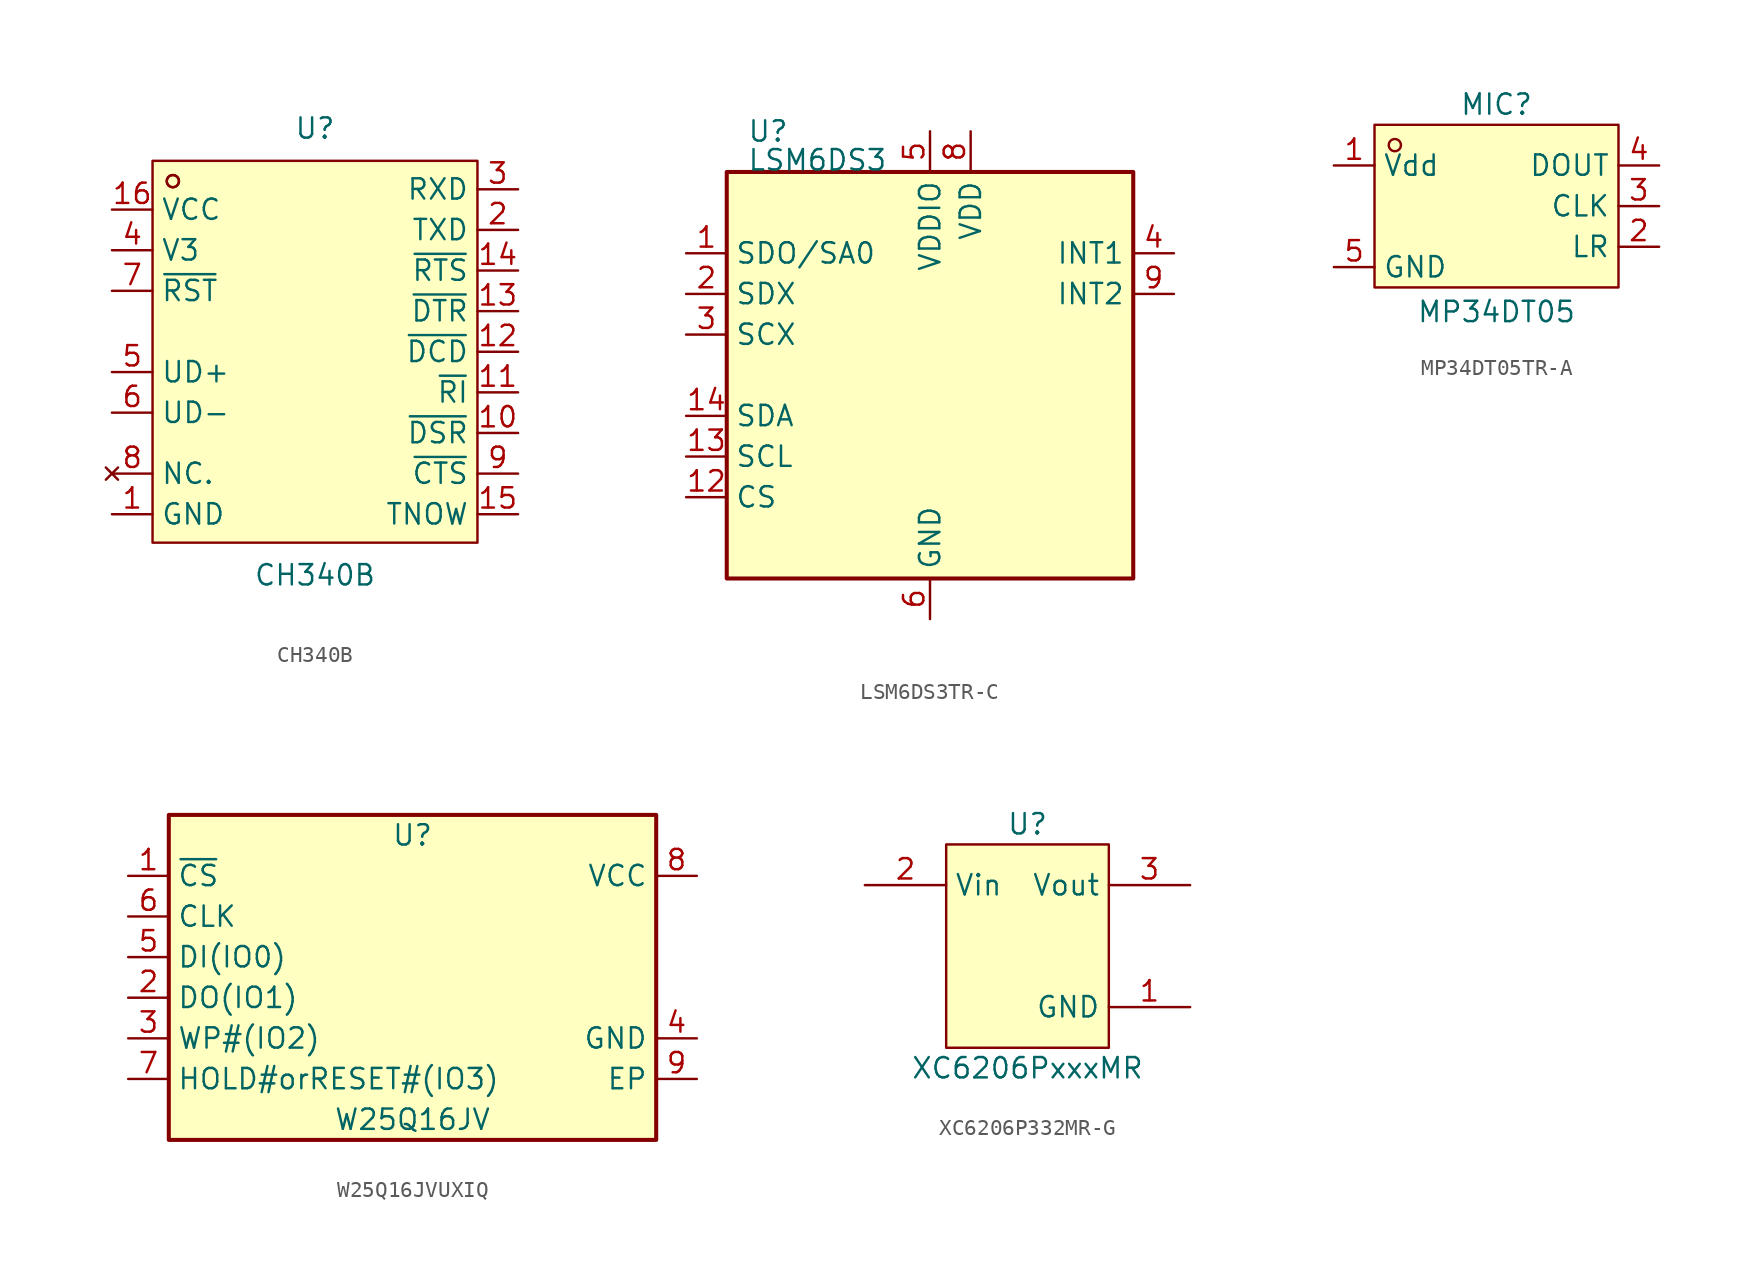
<source format=kicad_sym>
(kicad_symbol_lib
  (version 20211014)
  (generator None)
  (symbol "CH340B"
    (property "Reference" "U"
      (at 0 13.97 0)
      (effects (font (size 1.27 1.27))))
    (property "Value" "CH340B"
      (at 0 -13.97 0)
      (effects (font (size 1.27 1.27))))
    (symbol "CH340B_0_1"
      (rectangle (start -10.16 11.94) (end 10.16 -11.94) (stroke (width 0) (type default)) (fill (type background)))
      (circle (center -8.89 10.67) (radius 0.38) (stroke (width 0) (type default)) (fill (type none)))
      (circle (center -8.89 10.67) (radius 0.38) (stroke (width 0) (type default)) (fill (type none)))
      (pin unspecified line (at 12.7 -5.08 180) (length 2.54) (name "~{DSR}" (effects (font (size 1.27 1.27)))) (number "10" (effects (font (size 1.27 1.27)))))
      (pin unspecified line (at 12.7 -2.54 180) (length 2.54) (name "~{RI}" (effects (font (size 1.27 1.27)))) (number "11" (effects (font (size 1.27 1.27)))))
      (pin unspecified line (at 12.7 0 180) (length 2.54) (name "~{DCD}" (effects (font (size 1.27 1.27)))) (number "12" (effects (font (size 1.27 1.27)))))
      (pin unspecified line (at 12.7 2.54 180) (length 2.54) (name "~{DTR}" (effects (font (size 1.27 1.27)))) (number "13" (effects (font (size 1.27 1.27)))))
      (pin unspecified line (at 12.7 5.08 180) (length 2.54) (name "~{RTS}" (effects (font (size 1.27 1.27)))) (number "14" (effects (font (size 1.27 1.27)))))
      (pin unspecified line (at 12.7 -10.16 180) (length 2.54) (name "TNOW" (effects (font (size 1.27 1.27)))) (number "15" (effects (font (size 1.27 1.27)))))
      (pin unspecified line (at -12.7 8.89 0) (length 2.54) (name "VCC" (effects (font (size 1.27 1.27)))) (number "16" (effects (font (size 1.27 1.27)))))
      (pin unspecified line (at 12.7 7.62 180) (length 2.54) (name "TXD" (effects (font (size 1.27 1.27)))) (number "2" (effects (font (size 1.27 1.27)))))
      (pin unspecified line (at 12.7 10.16 180) (length 2.54) (name "RXD" (effects (font (size 1.27 1.27)))) (number "3" (effects (font (size 1.27 1.27)))))
      (pin unspecified line (at -12.7 6.35 0) (length 2.54) (name "V3" (effects (font (size 1.27 1.27)))) (number "4" (effects (font (size 1.27 1.27)))))
      (pin unspecified line (at -12.7 -1.27 0) (length 2.54) (name "UD+" (effects (font (size 1.27 1.27)))) (number "5" (effects (font (size 1.27 1.27)))))
      (pin unspecified line (at -12.7 -3.81 0) (length 2.54) (name "UD-" (effects (font (size 1.27 1.27)))) (number "6" (effects (font (size 1.27 1.27)))))
      (pin unspecified line (at -12.7 3.81 0) (length 2.54) (name "~{RST}" (effects (font (size 1.27 1.27)))) (number "7" (effects (font (size 1.27 1.27)))))
      (pin unspecified line (at 12.7 -7.62 180) (length 2.54) (name "~{CTS}" (effects (font (size 1.27 1.27)))) (number "9" (effects (font (size 1.27 1.27))))))
    (symbol "CH340B_1_1"
      (pin power_in line (at -12.7 -10.16 0) (length 2.54) (name "GND" (effects (font (size 1.27 1.27)))) (number "1" (effects (font (size 1.27 1.27)))))
      (pin no_connect line (at -12.7 -7.62 0) (length 2.54) (name "NC." (effects (font (size 1.27 1.27)))) (number "8" (effects (font (size 1.27 1.27)))))))
  (symbol "LSM6DS3TR-C"
    (property "Reference" "U"
      (at -11.43 15.24 0)
      (effects (font (size 1.27 1.27)) (justify left)))
    (property "Value" "LSM6DS3"
      (at -11.43 12.7 0)
      (effects (font (size 1.27 1.27)) (justify left bottom)))
    (symbol "LSM6DS3TR-C_0_1"
      (rectangle (start -12.7 12.7) (end 12.7 -12.7) (stroke (width 0.254) (type default)) (fill (type background))))
    (symbol "LSM6DS3TR-C_1_1"
      (pin bidirectional line (at -15.24 7.62 0) (length 2.54) (name "SDO/SA0" (effects (font (size 1.27 1.27)))) (number "1" (effects (font (size 1.27 1.27)))))
      (pin no_connect line (at 12.7 -5.08 180) (length 3.81) hide (name "NC" (effects (font (size 1.27 1.27)))) (number "10" (effects (font (size 1.27 1.27)))))
      (pin no_connect line (at 12.7 -2.54 180) (length 3.81) hide (name "NC" (effects (font (size 1.27 1.27)))) (number "11" (effects (font (size 1.27 1.27)))))
      (pin input line (at -15.24 -7.62 0) (length 2.54) (name "CS" (effects (font (size 1.27 1.27)))) (number "12" (effects (font (size 1.27 1.27)))))
      (pin input line (at -15.24 -5.08 0) (length 2.54) (name "SCL" (effects (font (size 1.27 1.27)))) (number "13" (effects (font (size 1.27 1.27)))))
      (pin bidirectional line (at -15.24 -2.54 0) (length 2.54) (name "SDA" (effects (font (size 1.27 1.27)))) (number "14" (effects (font (size 1.27 1.27)))))
      (pin bidirectional line (at -15.24 5.08 0) (length 2.54) (name "SDX" (effects (font (size 1.27 1.27)))) (number "2" (effects (font (size 1.27 1.27)))))
      (pin input line (at -15.24 2.54 0) (length 2.54) (name "SCX" (effects (font (size 1.27 1.27)))) (number "3" (effects (font (size 1.27 1.27)))))
      (pin output line (at 15.24 7.62 180) (length 2.54) (name "INT1" (effects (font (size 1.27 1.27)))) (number "4" (effects (font (size 1.27 1.27)))))
      (pin power_in line (at 0 15.24 270) (length 2.54) (name "VDDIO" (effects (font (size 1.27 1.27)))) (number "5" (effects (font (size 1.27 1.27)))))
      (pin power_in line (at 0 -15.24 90) (length 2.54) (name "GND" (effects (font (size 1.27 1.27)))) (number "6" (effects (font (size 1.27 1.27)))))
      (pin passive line (at 0 -15.24 90) (length 2.54) hide (name "GND" (effects (font (size 1.27 1.27)))) (number "7" (effects (font (size 1.27 1.27)))))
      (pin power_in line (at 2.54 15.24 270) (length 2.54) (name "VDD" (effects (font (size 1.27 1.27)))) (number "8" (effects (font (size 1.27 1.27)))))
      (pin output line (at 15.24 5.08 180) (length 2.54) (name "INT2" (effects (font (size 1.27 1.27)))) (number "9" (effects (font (size 1.27 1.27)))))))
  (symbol "MP34DT05TR-A"
    (property "Reference" "MIC"
      (at 0 6.35 0)
      (effects (font (size 1.27 1.27))))
    (property "Value" "MP34DT05"
      (at 0 -6.604 0)
      (effects (font (size 1.27 1.27))))
    (symbol "MP34DT05TR-A_0_1"
      (rectangle (start -7.62 5.08) (end 7.62 -5.08) (stroke (width 0) (type default)) (fill (type background)))
      (circle (center -6.35 3.81) (radius 0.38) (stroke (width 0) (type default)) (fill (type none))))
    (symbol "MP34DT05TR-A_1_1"
      (pin power_in line (at -10.16 2.54 0) (length 2.54) (name "Vdd" (effects (font (size 1.27 1.27)))) (number "1" (effects (font (size 1.27 1.27)))))
      (pin input line (at 10.16 -2.54 180) (length 2.54) (name "LR" (effects (font (size 1.27 1.27)))) (number "2" (effects (font (size 1.27 1.27)))))
      (pin input line (at 10.16 0 180) (length 2.54) (name "CLK" (effects (font (size 1.27 1.27)))) (number "3" (effects (font (size 1.27 1.27)))))
      (pin output line (at 10.16 2.54 180) (length 2.54) (name "DOUT" (effects (font (size 1.27 1.27)))) (number "4" (effects (font (size 1.27 1.27)))))
      (pin power_in line (at -10.16 -3.81 0) (length 2.54) (name "GND" (effects (font (size 1.27 1.27)))) (number "5" (effects (font (size 1.27 1.27)))))))
  (symbol "W25Q16JVUXIQ"
    (property "Reference" "U"
      (at 0 7.62 0)
      (effects (font (size 1.27 1.27))))
    (property "Value" "W25Q16JV"
      (at 0 -10.16 0)
      (effects (font (size 1.27 1.27))))
    (symbol "W25Q16JVUXIQ_0_1"
      (rectangle (start -15.24 8.89) (end 15.24 -11.43) (stroke (width 0.254) (type default)) (fill (type background)))
      (pin unspecified line (at -17.78 5.08 0) (length 2.54) (name "~{CS}" (effects (font (size 1.27 1.27)))) (number "1" (effects (font (size 1.27 1.27)))))
      (pin unspecified line (at -17.78 -2.54 0) (length 2.54) (name "DO(IO1)" (effects (font (size 1.27 1.27)))) (number "2" (effects (font (size 1.27 1.27)))))
      (pin unspecified line (at -17.78 -5.08 0) (length 2.54) (name "WP#(IO2)" (effects (font (size 1.27 1.27)))) (number "3" (effects (font (size 1.27 1.27)))))
      (pin unspecified line (at 17.78 -5.08 180) (length 2.54) (name "GND" (effects (font (size 1.27 1.27)))) (number "4" (effects (font (size 1.27 1.27)))))
      (pin unspecified line (at -17.78 0 0) (length 2.54) (name "DI(IO0)" (effects (font (size 1.27 1.27)))) (number "5" (effects (font (size 1.27 1.27)))))
      (pin unspecified line (at -17.78 2.54 0) (length 2.54) (name "CLK" (effects (font (size 1.27 1.27)))) (number "6" (effects (font (size 1.27 1.27)))))
      (pin unspecified line (at -17.78 -7.62 0) (length 2.54) (name "HOLD#orRESET#(IO3)" (effects (font (size 1.27 1.27)))) (number "7" (effects (font (size 1.27 1.27)))))
      (pin unspecified line (at 17.78 5.08 180) (length 2.54) (name "VCC" (effects (font (size 1.27 1.27)))) (number "8" (effects (font (size 1.27 1.27)))))
      (pin unspecified line (at 17.78 -7.62 180) (length 2.54) (name "EP" (effects (font (size 1.27 1.27)))) (number "9" (effects (font (size 1.27 1.27)))))))
  (symbol "XC6206P332MR-G"
    (property "Reference" "U"
      (at 0 7.62 0)
      (effects (font (size 1.27 1.27))))
    (property "Value" "XC6206PxxxMR"
      (at 0 -7.62 0)
      (effects (font (size 1.27 1.27))))
    (symbol "XC6206P332MR-G_0_1"
      (rectangle (start -5.08 6.35) (end 5.08 -6.35) (stroke (width 0) (type default)) (fill (type background))))
    (symbol "XC6206P332MR-G_1_1"
      (pin power_in line (at 10.16 -3.81 180) (length 5.08) (name "GND" (effects (font (size 1.27 1.27)))) (number "1" (effects (font (size 1.27 1.27)))))
      (pin power_in line (at -10.16 3.81 0) (length 5.08) (name "Vin" (effects (font (size 1.27 1.27)))) (number "2" (effects (font (size 1.27 1.27)))))
      (pin power_out line (at 10.16 3.81 180) (length 5.08) (name "Vout" (effects (font (size 1.27 1.27)))) (number "3" (effects (font (size 1.27 1.27))))))))
</source>
